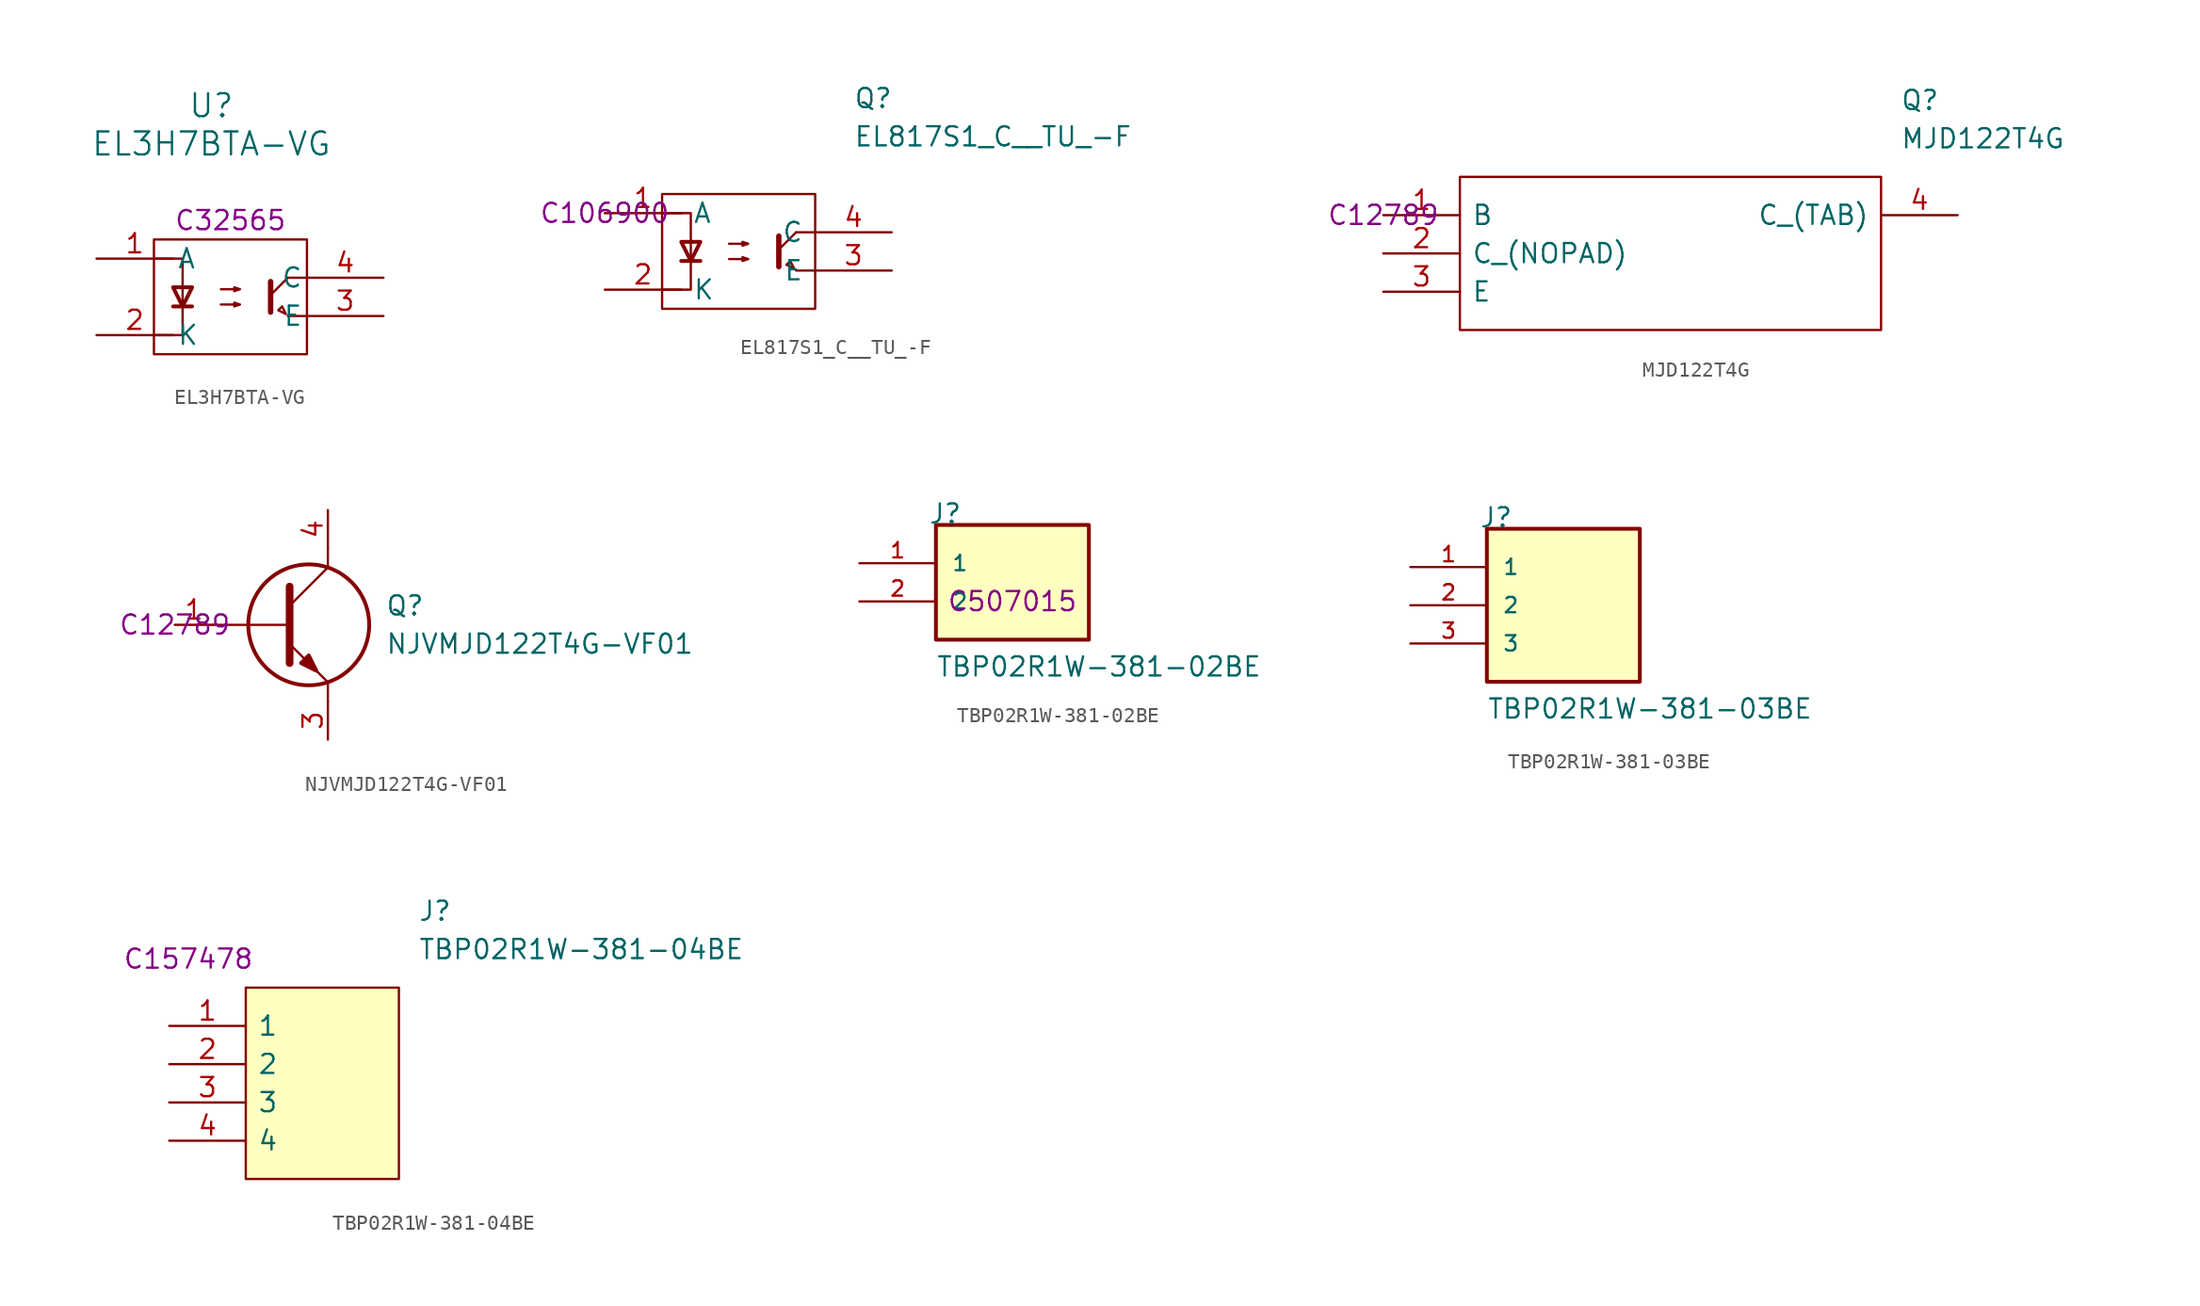
<source format=kicad_sym>
(kicad_symbol_lib
  (version 20211014)
  (generator kicad_symbol_editor)
  (symbol "EL3H7BTA-VG"
    (pin_names
      (offset 0.254))
    (property "Reference" "U"
      (at 7.62 10.16 0)
      (effects (font (size 1.524 1.524))))
    (property "Value" "EL3H7BTA-VG"
      (at 7.62 7.62 0)
      (effects (font (size 1.524 1.524))))
    (property "LCSC" "C32565"
      (at 8.89 2.54 0)
      (effects (font (size 1.27 1.27))))
    (symbol "EL3H7BTA-VG_0_0"
      (pin passive line (at 0 0 0) (length 5.08) (name "A" (effects (font (size 1.27 1.27)))) (number "1" (effects (font (size 1.27 1.27)))))
      (pin passive line (at 0 -5.08 0) (length 5.08) (name "K" (effects (font (size 1.27 1.27)))) (number "2" (effects (font (size 1.27 1.27)))))
      (pin passive line (at 19.05 -3.81 180) (length 5.08) (name "E" (effects (font (size 1.27 1.27)))) (number "3" (effects (font (size 1.27 1.27)))))
      (pin passive line (at 19.05 -1.27 180) (length 5.08) (name "C" (effects (font (size 1.27 1.27)))) (number "4" (effects (font (size 1.27 1.27))))))
    (symbol "EL3H7BTA-VG_0_1"
      (polyline (pts (xy 5.08 -3.175) (xy 6.35 -3.175)) (stroke (width 0.254) (type default) (color 0 0 0 0)) (fill (type none)))
      (polyline (pts (xy 11.557 -2.413) (xy 12.7 -1.27)) (stroke (width 0) (type default) (color 0 0 0 0)) (fill (type none)))
      (polyline (pts (xy 12.7 -3.81) (xy 13.97 -3.81)) (stroke (width 0) (type default) (color 0 0 0 0)) (fill (type none)))
      (polyline (pts (xy 12.7 -1.27) (xy 13.97 -1.27)) (stroke (width 0) (type default) (color 0 0 0 0)) (fill (type none)))
      (polyline (pts (xy 11.557 -1.524) (xy 11.557 -3.556) (xy 11.557 -3.556)) (stroke (width 0.356) (type default) (color 0 0 0 0)) (fill (type none)))
      (polyline (pts (xy 3.81 -5.08) (xy 5.715 -5.08) (xy 5.715 0) (xy 3.81 0)) (stroke (width 0) (type default) (color 0 0 0 0)) (fill (type none)))
      (polyline (pts (xy 5.715 -3.175) (xy 5.08 -1.905) (xy 6.35 -1.905) (xy 5.715 -3.175)) (stroke (width 0.254) (type default) (color 0 0 0 0)) (fill (type none)))
      (polyline (pts (xy 12.573 -3.683) (xy 12.319 -3.175) (xy 12.065 -3.429) (xy 12.573 -3.683)) (stroke (width 0) (type default) (color 0 0 0 0)) (fill (type none)))
      (polyline (pts (xy 3.81 1.27) (xy 13.97 1.27) (xy 13.97 -6.35) (xy 3.81 -6.35) (xy 3.81 1.27)) (stroke (width 0.152) (type default) (color 0 0 0 0)) (fill (type none)))
      (polyline (pts (xy 8.255 -3.048) (xy 9.525 -3.048) (xy 9.144 -3.175) (xy 9.144 -2.921) (xy 9.525 -3.048)) (stroke (width 0) (type default) (color 0 0 0 0)) (fill (type none)))
      (polyline (pts (xy 8.255 -2.032) (xy 9.525 -2.032) (xy 9.144 -2.159) (xy 9.144 -1.905) (xy 9.525 -2.032)) (stroke (width 0) (type default) (color 0 0 0 0)) (fill (type none)))))
  (symbol "EL817S1_C__TU_-F"
    (pin_names
      (offset 0.762))
    (property "Reference" "Q"
      (at 16.51 7.62 0)
      (effects (font (size 1.27 1.27)) (justify left)))
    (property "Value" "EL817S1_C__TU_-F"
      (at 16.51 5.08 0)
      (effects (font (size 1.27 1.27)) (justify left)))
    (property "LCSC" "C106900"
      (at 0 0 0)
      (effects (font (size 1.27 1.27))))
    (symbol "EL817S1_C__TU_-F_0_0"
      (pin passive line (at 0 0 0) (length 5.08) (name "A" (effects (font (size 1.27 1.27)))) (number "1" (effects (font (size 1.27 1.27)))))
      (pin passive line (at 0 -5.08 0) (length 5.08) (name "K" (effects (font (size 1.27 1.27)))) (number "2" (effects (font (size 1.27 1.27)))))
      (pin passive line (at 19.05 -3.81 180) (length 5.08) (name "E" (effects (font (size 1.27 1.27)))) (number "3" (effects (font (size 1.27 1.27)))))
      (pin passive line (at 19.05 -1.27 180) (length 5.08) (name "C" (effects (font (size 1.27 1.27)))) (number "4" (effects (font (size 1.27 1.27))))))
    (symbol "EL817S1_C__TU_-F_0_1"
      (polyline (pts (xy 5.08 -3.175) (xy 6.35 -3.175)) (stroke (width 0.254) (type default) (color 0 0 0 0)) (fill (type none)))
      (polyline (pts (xy 11.557 -2.413) (xy 12.7 -1.27)) (stroke (width 0) (type default) (color 0 0 0 0)) (fill (type none)))
      (polyline (pts (xy 12.7 -3.81) (xy 13.97 -3.81)) (stroke (width 0) (type default) (color 0 0 0 0)) (fill (type none)))
      (polyline (pts (xy 12.7 -1.27) (xy 13.97 -1.27)) (stroke (width 0) (type default) (color 0 0 0 0)) (fill (type none)))
      (polyline (pts (xy 11.557 -1.524) (xy 11.557 -3.556) (xy 11.557 -3.556)) (stroke (width 0.356) (type default) (color 0 0 0 0)) (fill (type none)))
      (polyline (pts (xy 3.81 -5.08) (xy 5.715 -5.08) (xy 5.715 0) (xy 3.81 0)) (stroke (width 0) (type default) (color 0 0 0 0)) (fill (type none)))
      (polyline (pts (xy 5.715 -3.175) (xy 5.08 -1.905) (xy 6.35 -1.905) (xy 5.715 -3.175)) (stroke (width 0.254) (type default) (color 0 0 0 0)) (fill (type none)))
      (polyline (pts (xy 12.573 -3.683) (xy 12.319 -3.175) (xy 12.065 -3.429) (xy 12.573 -3.683)) (stroke (width 0) (type default) (color 0 0 0 0)) (fill (type none)))
      (polyline (pts (xy 3.81 1.27) (xy 13.97 1.27) (xy 13.97 -6.35) (xy 3.81 -6.35) (xy 3.81 1.27)) (stroke (width 0.152) (type default) (color 0 0 0 0)) (fill (type none)))
      (polyline (pts (xy 8.255 -3.048) (xy 9.525 -3.048) (xy 9.144 -3.175) (xy 9.144 -2.921) (xy 9.525 -3.048)) (stroke (width 0) (type default) (color 0 0 0 0)) (fill (type none)))
      (polyline (pts (xy 8.255 -2.032) (xy 9.525 -2.032) (xy 9.144 -2.159) (xy 9.144 -1.905) (xy 9.525 -2.032)) (stroke (width 0) (type default) (color 0 0 0 0)) (fill (type none)))))
  (symbol "MJD122T4G"
    (pin_names
      (offset 0.762))
    (property "Reference" "Q"
      (at 34.29 7.62 0)
      (effects (font (size 1.27 1.27)) (justify left)))
    (property "Value" "MJD122T4G"
      (at 34.29 5.08 0)
      (effects (font (size 1.27 1.27)) (justify left)))
    (property "LCSC" "C12789"
      (at 0 0 0)
      (effects (font (size 1.27 1.27))))
    (symbol "MJD122T4G_0_0"
      (pin passive line (at 0 0 0) (length 5.08) (name "B" (effects (font (size 1.27 1.27)))) (number "1" (effects (font (size 1.27 1.27)))))
      (pin passive line (at 0 -2.54 0) (length 5.08) (name "C_(NOPAD)" (effects (font (size 1.27 1.27)))) (number "2" (effects (font (size 1.27 1.27)))))
      (pin passive line (at 0 -5.08 0) (length 5.08) (name "E" (effects (font (size 1.27 1.27)))) (number "3" (effects (font (size 1.27 1.27)))))
      (pin passive line (at 38.1 0 180) (length 5.08) (name "C_(TAB)" (effects (font (size 1.27 1.27)))) (number "4" (effects (font (size 1.27 1.27))))))
    (symbol "MJD122T4G_0_1"
      (polyline (pts (xy 5.08 2.54) (xy 33.02 2.54) (xy 33.02 -7.62) (xy 5.08 -7.62) (xy 5.08 2.54)) (stroke (width 0.152) (type default) (color 0 0 0 0)) (fill (type none)))))
  (symbol "NJVMJD122T4G-VF01"
    (pin_names
      (offset 0.762))
    (property "Reference" "Q"
      (at 13.97 1.27 0)
      (effects (font (size 1.27 1.27)) (justify left)))
    (property "Value" "NJVMJD122T4G-VF01"
      (at 13.97 -1.27 0)
      (effects (font (size 1.27 1.27)) (justify left)))
    (property "LCSC" "C12789"
      (at 0 0 0)
      (effects (font (size 1.27 1.27))))
    (symbol "NJVMJD122T4G-VF01_0_0"
      (pin passive line (at 0 0 0) (length 2.54) (name "~" (effects (font (size 1.27 1.27)))) (number "1" (effects (font (size 1.27 1.27)))))
      (pin passive line (at 10.16 -7.62 90) (length 2.54) (name "~" (effects (font (size 1.27 1.27)))) (number "3" (effects (font (size 1.27 1.27)))))
      (pin passive line (at 10.16 7.62 270) (length 2.54) (name "~" (effects (font (size 1.27 1.27)))) (number "4" (effects (font (size 1.27 1.27))))))
    (symbol "NJVMJD122T4G-VF01_0_1"
      (polyline (pts (xy 2.54 0) (xy 7.62 0)) (stroke (width 0.152) (type default) (color 0 0 0 0)) (fill (type none)))
      (polyline (pts (xy 7.62 -1.27) (xy 10.16 -3.81)) (stroke (width 0.152) (type default) (color 0 0 0 0)) (fill (type none)))
      (polyline (pts (xy 7.62 1.27) (xy 10.16 3.81)) (stroke (width 0.152) (type default) (color 0 0 0 0)) (fill (type none)))
      (polyline (pts (xy 7.62 2.54) (xy 7.62 -2.54)) (stroke (width 0.508) (type default) (color 0 0 0 0)) (fill (type none)))
      (polyline (pts (xy 10.16 -3.81) (xy 10.16 -5.08)) (stroke (width 0.152) (type default) (color 0 0 0 0)) (fill (type none)))
      (polyline (pts (xy 10.16 3.81) (xy 10.16 5.08)) (stroke (width 0.152) (type default) (color 0 0 0 0)) (fill (type none)))
      (polyline (pts (xy 8.382 -2.54) (xy 8.89 -2.032) (xy 9.398 -3.048) (xy 8.382 -2.54)) (stroke (width 0.254) (type default) (color 0 0 0 0)) (fill (type outline)))
      (circle (center 8.89 0) (radius 4.013) (stroke (width 0.254) (type default) (color 0 0 0 0)) (fill (type none)))))
  (symbol "TBP02R1W-381-02BE"
    (pin_names
      (offset 1.016))
    (property "Reference" "J"
      (at -5.588 5.08 0)
      (effects (font (size 1.27 1.27)) (justify left bottom)))
    (property "Value" "TBP02R1W-381-02BE"
      (at -5.08 -5.08 0)
      (effects (font (size 1.27 1.27)) (justify left bottom)))
    (property "LCSC" "C507015"
      (at 0 0 0)
      (effects (font (size 1.27 1.27))))
    (symbol "TBP02R1W-381-02BE_0_0"
      (rectangle (start -5.08 -2.54) (end 5.08 5.08) (stroke (width 0.254) (type default) (color 0 0 0 0)) (fill (type background)))
      (pin passive line (at -10.16 2.54 0) (length 5.08) (name "1" (effects (font (size 1.016 1.016)))) (number "1" (effects (font (size 1.016 1.016)))))
      (pin passive line (at -10.16 0 0) (length 5.08) (name "2" (effects (font (size 1.016 1.016)))) (number "2" (effects (font (size 1.016 1.016)))))))
  (symbol "TBP02R1W-381-03BE"
    (pin_names
      (offset 1.016))
    (property "Reference" "J"
      (at -5.588 5.08 0)
      (effects (font (size 1.27 1.27)) (justify left bottom)))
    (property "Value" "TBP02R1W-381-03BE"
      (at -5.08 -7.62 0)
      (effects (font (size 1.27 1.27)) (justify left bottom)))
    (symbol "TBP02R1W-381-03BE_0_0"
      (rectangle (start -5.08 -5.08) (end 5.08 5.08) (stroke (width 0.254) (type default) (color 0 0 0 0)) (fill (type background)))
      (pin passive line (at -10.16 2.54 0) (length 5.08) (name "1" (effects (font (size 1.016 1.016)))) (number "1" (effects (font (size 1.016 1.016)))))
      (pin passive line (at -10.16 0 0) (length 5.08) (name "2" (effects (font (size 1.016 1.016)))) (number "2" (effects (font (size 1.016 1.016)))))
      (pin passive line (at -10.16 -2.54 0) (length 5.08) (name "3" (effects (font (size 1.016 1.016)))) (number "3" (effects (font (size 1.016 1.016)))))))
  (symbol "TBP02R1W-381-04BE"
    (pin_names
      (offset 0.762))
    (property "Reference" "J"
      (at 16.51 7.62 0)
      (effects (font (size 1.27 1.27)) (justify left)))
    (property "Value" "TBP02R1W-381-04BE"
      (at 16.51 5.08 0)
      (effects (font (size 1.27 1.27)) (justify left)))
    (property "LCSC" "C157478"
      (at 1.27 4.445 0)
      (effects (font (size 1.27 1.27))))
    (symbol "TBP02R1W-381-04BE_0_0"
      (pin passive line (at 0 0 0) (length 5.08) (name "1" (effects (font (size 1.27 1.27)))) (number "1" (effects (font (size 1.27 1.27)))))
      (pin passive line (at 0 -2.54 0) (length 5.08) (name "2" (effects (font (size 1.27 1.27)))) (number "2" (effects (font (size 1.27 1.27)))))
      (pin passive line (at 0 -5.08 0) (length 5.08) (name "3" (effects (font (size 1.27 1.27)))) (number "3" (effects (font (size 1.27 1.27)))))
      (pin passive line (at 0 -7.62 0) (length 5.08) (name "4" (effects (font (size 1.27 1.27)))) (number "4" (effects (font (size 1.27 1.27))))))
    (symbol "TBP02R1W-381-04BE_0_1"
      (polyline (pts (xy 5.08 2.54) (xy 15.24 2.54) (xy 15.24 -10.16) (xy 5.08 -10.16) (xy 5.08 2.54)) (stroke (width 0.152) (type default) (color 0 0 0 0)) (fill (type background))))))
</source>
